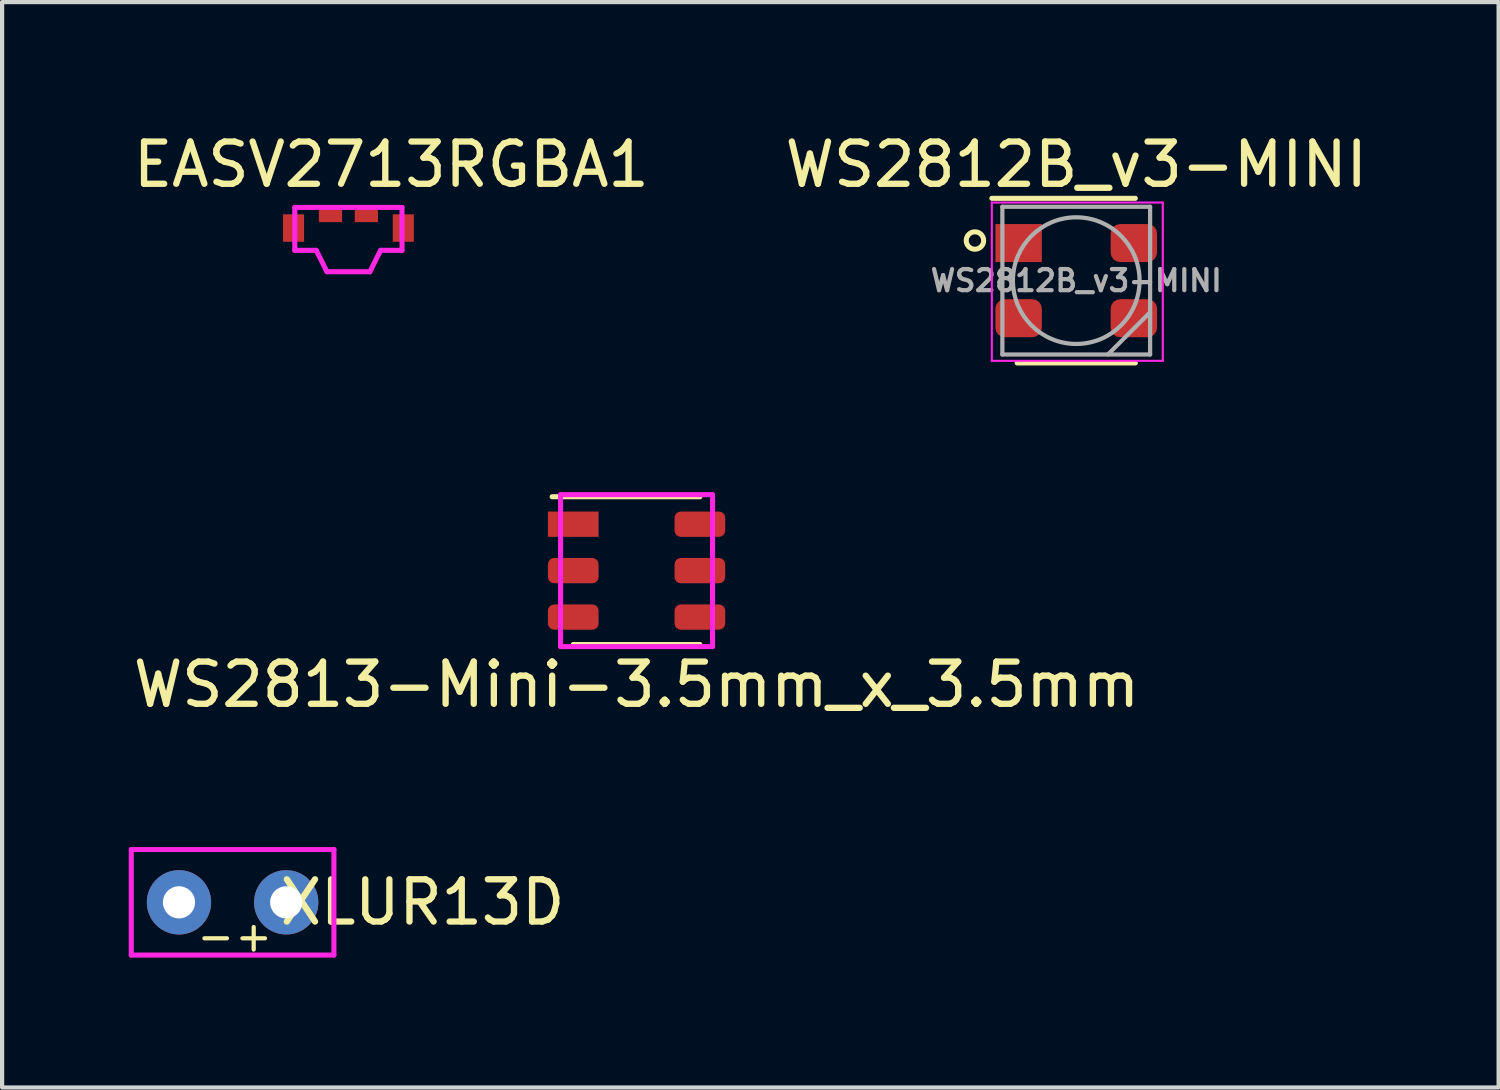
<source format=kicad_pcb>
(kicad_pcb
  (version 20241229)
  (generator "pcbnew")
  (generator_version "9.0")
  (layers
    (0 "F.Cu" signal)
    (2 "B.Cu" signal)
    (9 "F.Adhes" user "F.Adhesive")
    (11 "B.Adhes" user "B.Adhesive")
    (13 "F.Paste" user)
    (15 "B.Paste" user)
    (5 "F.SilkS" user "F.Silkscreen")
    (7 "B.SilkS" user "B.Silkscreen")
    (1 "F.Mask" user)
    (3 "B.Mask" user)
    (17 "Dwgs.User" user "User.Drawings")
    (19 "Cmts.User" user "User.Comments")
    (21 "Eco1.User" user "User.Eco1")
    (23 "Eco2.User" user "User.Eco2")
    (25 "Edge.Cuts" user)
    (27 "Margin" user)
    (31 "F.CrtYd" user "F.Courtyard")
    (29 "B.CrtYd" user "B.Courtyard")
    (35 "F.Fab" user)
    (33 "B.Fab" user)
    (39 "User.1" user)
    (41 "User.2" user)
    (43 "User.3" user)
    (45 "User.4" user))
  (footprint "WS2812B_v3-MINI"
    (layer "F.Cu")
    (at 22.446 3.598)
    (property "Reference" "WS2812B_v3-MINI" (at 0 -2.75 0) (layer "F.SilkS") (effects (font (size 1 1) (thickness 0.15))))
    (attr smd)
    (fp_line (start -2 -1.95) (end 1.4 -1.95) (stroke (width 0.12) (type solid)) (layer "F.SilkS"))
    (fp_line (start -1.4 1.95) (end 1.4 1.95) (stroke (width 0.12) (type solid)) (layer "F.SilkS"))
    (fp_circle (center -2.4 -0.95) (end -2.2 -0.9) (stroke (width 0.12) (type solid)) (fill no) (layer "F.SilkS"))
    (fp_line (start -2 1.9) (end -2 -1.85) (stroke (width 0.05) (type solid)) (layer "F.CrtYd"))
    (fp_line (start 2.05 -1.85) (end -2 -1.85) (stroke (width 0.05) (type solid)) (layer "F.CrtYd"))
    (fp_line (start 2.05 1.9) (end -2 1.9) (stroke (width 0.05) (type solid)) (layer "F.CrtYd"))
    (fp_line (start 2.05 1.9) (end 2.05 -1.85) (stroke (width 0.05) (type solid)) (layer "F.CrtYd"))
    (fp_line (start -1.75 -1.75) (end -1.75 1.75) (stroke (width 0.1) (type solid)) (layer "F.Fab"))
    (fp_line (start -1.75 1.75) (end 1.75 1.75) (stroke (width 0.1) (type solid)) (layer "F.Fab"))
    (fp_line (start 1.75 -1.75) (end -1.75 -1.75) (stroke (width 0.1) (type solid)) (layer "F.Fab"))
    (fp_line (start 1.75 0.75) (end 0.75 1.75) (stroke (width 0.1) (type solid)) (layer "F.Fab"))
    (fp_line (start 1.75 1.75) (end 1.75 -1.75) (stroke (width 0.1) (type solid)) (layer "F.Fab"))
    (fp_circle (center 0 0) (end 0 -1.5) (stroke (width 0.1) (type solid)) (fill no) (layer "F.Fab"))
    (fp_text user "${REFERENCE}" (at 0 0 0) (layer "F.Fab") (effects (font (size 0.5 0.5) (thickness 0.1))))
    (pad "1" smd rect (at -1.365 -0.89) (size 1.1 0.9) (layers "F.Cu" "F.Mask" "F.Paste"))
    (pad "2" smd roundrect (at -1.365 0.89) (size 1.1 0.9) (layers "F.Cu" "F.Mask" "F.Paste") (roundrect_rratio 0.25))
    (pad "3" smd roundrect (at 1.365 0.89) (size 1.1 0.9) (layers "F.Cu" "F.Mask" "F.Paste") (roundrect_rratio 0.25))
    (pad "4" smd roundrect (at 1.365 -0.89) (size 1.1 0.9) (layers "F.Cu" "F.Mask" "F.Paste") (roundrect_rratio 0.25)))
  (footprint "WS2813-Mini-3.5mm_x_3.5mm"
    (layer "F.Cu")
    (at 12.03 10.468)
    (property "Reference" "WS2813-Mini-3.5mm_x_3.5mm" (at 0 2.7 0) (layer "F.SilkS") (effects (font (size 1 1) (thickness 0.15))))
    (attr through_hole)
    (fp_line (start -2 -1.75) (end 1.5 -1.75) (stroke (width 0.12) (type solid)) (layer "F.SilkS"))
    (fp_line (start 1.5 1.75) (end -1.5 1.75) (stroke (width 0.12) (type solid)) (layer "F.SilkS"))
    (fp_line (start -1.8 -1.8) (end 1.8 -1.8) (stroke (width 0.12) (type solid)) (layer "F.CrtYd"))
    (fp_line (start -1.8 1.8) (end -1.8 -1.8) (stroke (width 0.12) (type solid)) (layer "F.CrtYd"))
    (fp_line (start 1.8 -1.8) (end 1.8 1.8) (stroke (width 0.12) (type solid)) (layer "F.CrtYd"))
    (fp_line (start 1.8 1.8) (end -1.8 1.8) (stroke (width 0.12) (type solid)) (layer "F.CrtYd"))
    (pad "1" smd rect (at -1.5 -1.1) (size 1.2 0.6) (layers "F.Cu" "F.Mask" "F.Paste"))
    (pad "2" smd roundrect (at -1.5 0) (size 1.2 0.6) (layers "F.Cu" "F.Mask" "F.Paste") (roundrect_rratio 0.25))
    (pad "3" smd roundrect (at -1.5 1.1) (size 1.2 0.6) (layers "F.Cu" "F.Mask" "F.Paste") (roundrect_rratio 0.25))
    (pad "4" smd roundrect (at 1.5 1.1) (size 1.2 0.6) (layers "F.Cu" "F.Mask" "F.Paste") (roundrect_rratio 0.25))
    (pad "5" smd roundrect (at 1.5 0) (size 1.2 0.6) (layers "F.Cu" "F.Mask" "F.Paste") (roundrect_rratio 0.25))
    (pad "6" smd roundrect (at 1.5 -1.1) (size 1.2 0.6) (layers "F.Cu" "F.Mask" "F.Paste") (roundrect_rratio 0.25)))
  (footprint "EASV2713RGBA1"
    (layer "F.Cu")
    (at 5.204 2.372)
    (property "Reference" "EASV2713RGBA1" (at 1.016 -1.524 0) (layer "F.SilkS") (effects (font (size 1 1) (thickness 0.15))))
    (attr through_hole)
    (fp_line (start -1.27 -0.508) (end 1.27 -0.508) (stroke (width 0.12) (type solid)) (layer "F.CrtYd"))
    (fp_line (start -1.27 0.508) (end -1.27 -0.508) (stroke (width 0.12) (type solid)) (layer "F.CrtYd"))
    (fp_line (start -0.762 0.508) (end -1.27 0.508) (stroke (width 0.12) (type solid)) (layer "F.CrtYd"))
    (fp_line (start -0.508 1.016) (end -0.762 0.508) (stroke (width 0.12) (type solid)) (layer "F.CrtYd"))
    (fp_line (start 0.508 1.016) (end -0.508 1.016) (stroke (width 0.12) (type solid)) (layer "F.CrtYd"))
    (fp_line (start 0.762 0.508) (end 0.508 1.016) (stroke (width 0.12) (type solid)) (layer "F.CrtYd"))
    (fp_line (start 1.27 -0.508) (end 1.27 0.508) (stroke (width 0.12) (type solid)) (layer "F.CrtYd"))
    (fp_line (start 1.27 0.508) (end 0.762 0.508) (stroke (width 0.12) (type solid)) (layer "F.CrtYd"))
    (pad "1" smd rect (at -1.3 -0.02) (size 0.5 0.65) (layers "F.Cu" "F.Mask" "F.Paste"))
    (pad "2" smd rect (at -0.425 -0.36) (size 0.55 0.4) (layers "F.Cu" "F.Mask" "F.Paste"))
    (pad "3" smd rect (at 0.425 -0.36) (size 0.55 0.4) (layers "F.Cu" "F.Mask" "F.Paste"))
    (pad "4" smd rect (at 1.3 -0.02) (size 0.5 0.65) (layers "F.Cu" "F.Mask" "F.Paste")))
  (footprint "XLUR13D"
    (layer "F.Cu")
    (at 2.46 18.326)
    (property "Reference" "XLUR13D" (at 4.5 0 0) (layer "F.SilkS") (effects (font (size 1 1) (thickness 0.15))))
    (attr through_hole)
    (fp_line (start -2.4 -1.25) (end -2.4 1.25) (stroke (width 0.12) (type solid)) (layer "F.CrtYd"))
    (fp_line (start -2.4 -1.25) (end 2.4 -1.25) (stroke (width 0.12) (type solid)) (layer "F.CrtYd"))
    (fp_line (start -2.4 1.25) (end 2.4 1.25) (stroke (width 0.12) (type solid)) (layer "F.CrtYd"))
    (fp_line (start 2.4 1.25) (end 2.4 -1.25) (stroke (width 0.12) (type solid)) (layer "F.CrtYd"))
    (fp_text user "+" (at 0.5 0.8 0) (layer "F.SilkS") (effects (font (size 0.7 0.7) (thickness 0.1))))
    (fp_text user "-" (at -0.4 0.8 0) (layer "F.SilkS") (effects (font (size 0.7 0.7) (thickness 0.1))))
    (pad "A" thru_hole circle (at 1.27 0) (size 1.524 1.524) (drill 0.762) (layers "*.Cu" "*.Mask"))
    (pad "K" thru_hole circle (at -1.27 0) (size 1.524 1.524) (drill 0.762) (layers "*.Cu" "*.Mask")))
  (gr_rect
    (start -3 -3)
    (end 32.452 22.712)
    (stroke (width 0.1) (type default))
    (fill no)
    (layer "Edge.Cuts")))
</source>
